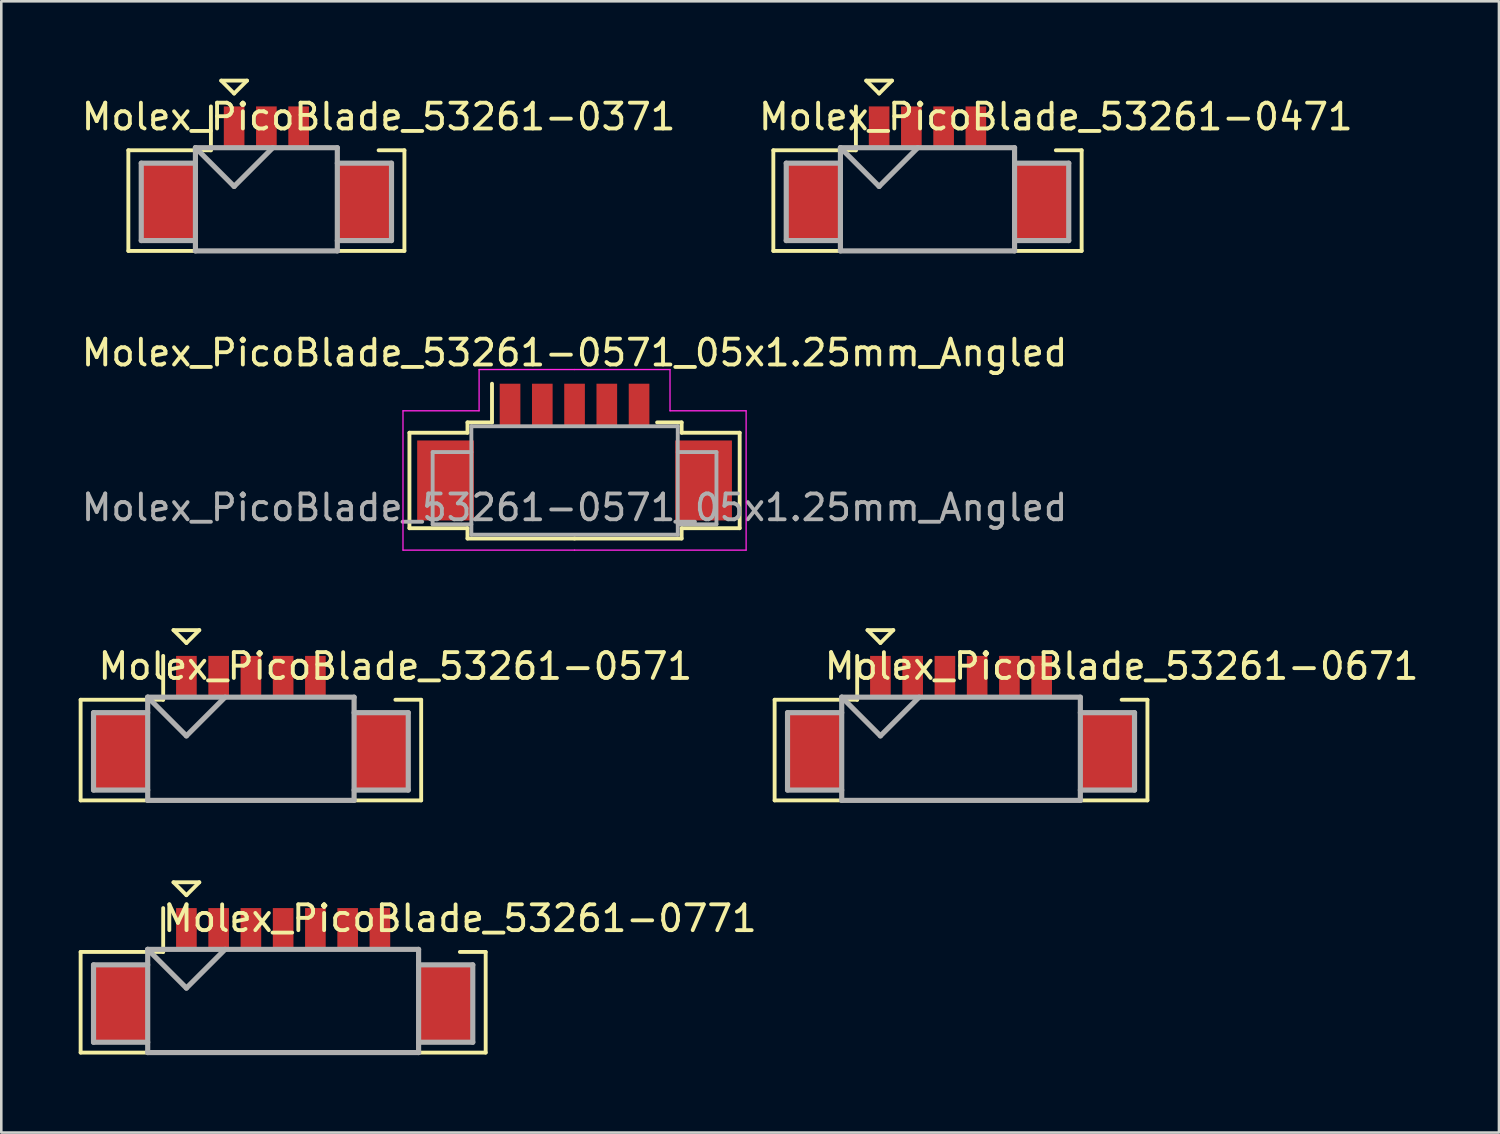
<source format=kicad_pcb>
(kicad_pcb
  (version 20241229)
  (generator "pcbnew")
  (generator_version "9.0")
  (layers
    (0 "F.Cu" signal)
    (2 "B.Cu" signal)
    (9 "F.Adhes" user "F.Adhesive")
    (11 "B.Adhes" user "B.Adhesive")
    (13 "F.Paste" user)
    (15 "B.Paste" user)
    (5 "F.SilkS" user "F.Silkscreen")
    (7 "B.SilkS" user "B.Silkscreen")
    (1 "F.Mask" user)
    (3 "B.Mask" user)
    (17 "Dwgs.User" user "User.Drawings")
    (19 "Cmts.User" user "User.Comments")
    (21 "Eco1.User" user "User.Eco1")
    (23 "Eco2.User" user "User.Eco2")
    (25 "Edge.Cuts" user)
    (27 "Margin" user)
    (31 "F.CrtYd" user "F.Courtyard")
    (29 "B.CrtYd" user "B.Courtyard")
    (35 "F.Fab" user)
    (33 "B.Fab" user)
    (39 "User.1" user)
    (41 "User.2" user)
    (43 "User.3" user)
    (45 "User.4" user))
  (footprint "Molex_PicoBlade_53261-0471"
    (layer "F.Cu")
    (at 32.9 4.775)
    (property "Reference" "Molex_PicoBlade_53261-0471" (at 4.975 -3.3 0) (layer "F.SilkS") (effects (font (size 1 1) (thickness 0.15))))
    (attr through_hole)
    (fp_line (start -5.975 -2) (end -5.975 1.9) (stroke (width 0.15) (type solid)) (layer "F.SilkS"))
    (fp_line (start -5.975 1.9) (end 5.975 1.9) (stroke (width 0.15) (type solid)) (layer "F.SilkS"))
    (fp_line (start -2.775 -3.7) (end -2.775 -2) (stroke (width 0.15) (type solid)) (layer "F.SilkS"))
    (fp_line (start -2.775 -2) (end -5.975 -2) (stroke (width 0.15) (type solid)) (layer "F.SilkS"))
    (fp_line (start -2.375 -4.7) (end -1.375 -4.7) (stroke (width 0.15) (type solid)) (layer "F.SilkS"))
    (fp_line (start -1.875 -4.2) (end -2.375 -4.7) (stroke (width 0.15) (type solid)) (layer "F.SilkS"))
    (fp_line (start -1.375 -4.7) (end -1.875 -4.2) (stroke (width 0.15) (type solid)) (layer "F.SilkS"))
    (fp_line (start 5.975 -2) (end 4.975 -2) (stroke (width 0.15) (type solid)) (layer "F.SilkS"))
    (fp_line (start 5.975 1.9) (end 5.975 -2) (stroke (width 0.15) (type solid)) (layer "F.SilkS"))
    (fp_line (start -5.475 -1.5) (end -5.475 1.5) (stroke (width 0.2) (type solid)) (layer "F.Fab"))
    (fp_line (start -5.475 1.5) (end -3.375 1.5) (stroke (width 0.2) (type solid)) (layer "F.Fab"))
    (fp_line (start -3.375 -2.1) (end -3.375 1.9) (stroke (width 0.2) (type solid)) (layer "F.Fab"))
    (fp_line (start -3.375 -2.1) (end -1.875 -0.6) (stroke (width 0.2) (type solid)) (layer "F.Fab"))
    (fp_line (start -3.375 -1.5) (end -5.475 -1.5) (stroke (width 0.2) (type solid)) (layer "F.Fab"))
    (fp_line (start -3.375 1.9) (end 3.375 1.9) (stroke (width 0.2) (type solid)) (layer "F.Fab"))
    (fp_line (start -1.875 -0.6) (end -0.375 -2.1) (stroke (width 0.2) (type solid)) (layer "F.Fab"))
    (fp_line (start 3.375 -2.1) (end -3.375 -2.1) (stroke (width 0.2) (type solid)) (layer "F.Fab"))
    (fp_line (start 3.375 -1.5) (end 5.475 -1.5) (stroke (width 0.2) (type solid)) (layer "F.Fab"))
    (fp_line (start 3.375 1.9) (end 3.375 -2.1) (stroke (width 0.2) (type solid)) (layer "F.Fab"))
    (fp_line (start 5.475 -1.5) (end 5.475 1.5) (stroke (width 0.2) (type solid)) (layer "F.Fab"))
    (fp_line (start 5.475 1.5) (end 3.375 1.5) (stroke (width 0.2) (type solid)) (layer "F.Fab"))
    (pad "" smd rect (at -4.425 0) (size 2.1 3) (layers "F.Cu" "F.Mask" "F.Paste"))
    (pad "" smd rect (at 4.425 0) (size 2.1 3) (layers "F.Cu" "F.Mask" "F.Paste"))
    (pad "1" smd rect (at -1.875 -2.9) (size 0.8 1.6) (layers "F.Cu" "F.Mask" "F.Paste"))
    (pad "2" smd rect (at -0.625 -2.9) (size 0.8 1.6) (layers "F.Cu" "F.Mask" "F.Paste"))
    (pad "3" smd rect (at 0.625 -2.9) (size 0.8 1.6) (layers "F.Cu" "F.Mask" "F.Paste"))
    (pad "4" smd rect (at 1.875 -2.9) (size 0.8 1.6) (layers "F.Cu" "F.Mask" "F.Paste")))
  (footprint "Molex_PicoBlade_53261-0771"
    (layer "F.Cu")
    (at 7.925 35.848)
    (property "Reference" "Molex_PicoBlade_53261-0771" (at 6.85 -3.3 0) (layer "F.SilkS") (effects (font (size 1 1) (thickness 0.15))))
    (attr through_hole)
    (fp_line (start -7.85 -2) (end -7.85 1.9) (stroke (width 0.15) (type solid)) (layer "F.SilkS"))
    (fp_line (start -7.85 1.9) (end 7.85 1.9) (stroke (width 0.15) (type solid)) (layer "F.SilkS"))
    (fp_line (start -4.65 -3.7) (end -4.65 -2) (stroke (width 0.15) (type solid)) (layer "F.SilkS"))
    (fp_line (start -4.65 -2) (end -7.85 -2) (stroke (width 0.15) (type solid)) (layer "F.SilkS"))
    (fp_line (start -4.25 -4.7) (end -3.25 -4.7) (stroke (width 0.15) (type solid)) (layer "F.SilkS"))
    (fp_line (start -3.75 -4.2) (end -4.25 -4.7) (stroke (width 0.15) (type solid)) (layer "F.SilkS"))
    (fp_line (start -3.25 -4.7) (end -3.75 -4.2) (stroke (width 0.15) (type solid)) (layer "F.SilkS"))
    (fp_line (start 7.85 -2) (end 6.85 -2) (stroke (width 0.15) (type solid)) (layer "F.SilkS"))
    (fp_line (start 7.85 1.9) (end 7.85 -2) (stroke (width 0.15) (type solid)) (layer "F.SilkS"))
    (fp_line (start -7.35 -1.5) (end -7.35 1.5) (stroke (width 0.2) (type solid)) (layer "F.Fab"))
    (fp_line (start -7.35 1.5) (end -5.25 1.5) (stroke (width 0.2) (type solid)) (layer "F.Fab"))
    (fp_line (start -5.25 -2.1) (end -5.25 1.9) (stroke (width 0.2) (type solid)) (layer "F.Fab"))
    (fp_line (start -5.25 -2.1) (end -3.75 -0.6) (stroke (width 0.2) (type solid)) (layer "F.Fab"))
    (fp_line (start -5.25 -1.5) (end -7.35 -1.5) (stroke (width 0.2) (type solid)) (layer "F.Fab"))
    (fp_line (start -5.25 1.9) (end 5.25 1.9) (stroke (width 0.2) (type solid)) (layer "F.Fab"))
    (fp_line (start -3.75 -0.6) (end -2.25 -2.1) (stroke (width 0.2) (type solid)) (layer "F.Fab"))
    (fp_line (start 5.25 -2.1) (end -5.25 -2.1) (stroke (width 0.2) (type solid)) (layer "F.Fab"))
    (fp_line (start 5.25 -1.5) (end 7.35 -1.5) (stroke (width 0.2) (type solid)) (layer "F.Fab"))
    (fp_line (start 5.25 1.9) (end 5.25 -2.1) (stroke (width 0.2) (type solid)) (layer "F.Fab"))
    (fp_line (start 7.35 -1.5) (end 7.35 1.5) (stroke (width 0.2) (type solid)) (layer "F.Fab"))
    (fp_line (start 7.35 1.5) (end 5.25 1.5) (stroke (width 0.2) (type solid)) (layer "F.Fab"))
    (pad "" smd rect (at -6.3 0) (size 2.1 3) (layers "F.Cu" "F.Mask" "F.Paste"))
    (pad "" smd rect (at 6.3 0) (size 2.1 3) (layers "F.Cu" "F.Mask" "F.Paste"))
    (pad "1" smd rect (at -3.75 -2.9) (size 0.8 1.6) (layers "F.Cu" "F.Mask" "F.Paste"))
    (pad "2" smd rect (at -2.5 -2.9) (size 0.8 1.6) (layers "F.Cu" "F.Mask" "F.Paste"))
    (pad "3" smd rect (at -1.25 -2.9) (size 0.8 1.6) (layers "F.Cu" "F.Mask" "F.Paste"))
    (pad "4" smd rect (at 0 -2.9) (size 0.8 1.6) (layers "F.Cu" "F.Mask" "F.Paste"))
    (pad "5" smd rect (at 1.25 -2.9) (size 0.8 1.6) (layers "F.Cu" "F.Mask" "F.Paste"))
    (pad "6" smd rect (at 2.5 -2.9) (size 0.8 1.6) (layers "F.Cu" "F.Mask" "F.Paste"))
    (pad "7" smd rect (at 3.75 -2.9) (size 0.8 1.6) (layers "F.Cu" "F.Mask" "F.Paste")))
  (footprint "Molex_PicoBlade_53261-0571_05x1.25mm_Angled"
    (layer "F.Cu")
    (at 19.22 14.123)
    (property "Reference" "Molex_PicoBlade_53261-0571_05x1.25mm_Angled" (at 0 -3.5 0) (layer "F.SilkS") (effects (font (size 1 1) (thickness 0.15))))
    (attr smd)
    (fp_line (start -6.4 -0.4) (end -6.4 3.3) (stroke (width 0.15) (type solid)) (layer "F.SilkS"))
    (fp_line (start -6.4 3.3) (end -4.15 3.3) (stroke (width 0.15) (type solid)) (layer "F.SilkS"))
    (fp_line (start -4.15 -0.8) (end -4.15 -0.4) (stroke (width 0.15) (type solid)) (layer "F.SilkS"))
    (fp_line (start -4.15 -0.4) (end -6.4 -0.4) (stroke (width 0.15) (type solid)) (layer "F.SilkS"))
    (fp_line (start -4.15 3.3) (end -4.15 3.7) (stroke (width 0.15) (type solid)) (layer "F.SilkS"))
    (fp_line (start -4.15 3.7) (end 0 3.7) (stroke (width 0.15) (type solid)) (layer "F.SilkS"))
    (fp_line (start -3.2 -0.8) (end -4.15 -0.8) (stroke (width 0.15) (type solid)) (layer "F.SilkS"))
    (fp_line (start -3.2 -0.8) (end -3.2 -2.3) (stroke (width 0.15) (type solid)) (layer "F.SilkS"))
    (fp_line (start 3.2 -0.8) (end 4.15 -0.8) (stroke (width 0.15) (type solid)) (layer "F.SilkS"))
    (fp_line (start 4.15 -0.8) (end 4.15 -0.4) (stroke (width 0.15) (type solid)) (layer "F.SilkS"))
    (fp_line (start 4.15 -0.4) (end 6.4 -0.4) (stroke (width 0.15) (type solid)) (layer "F.SilkS"))
    (fp_line (start 4.15 3.3) (end 4.15 3.7) (stroke (width 0.15) (type solid)) (layer "F.SilkS"))
    (fp_line (start 4.15 3.7) (end 0 3.7) (stroke (width 0.15) (type solid)) (layer "F.SilkS"))
    (fp_line (start 6.4 -0.4) (end 6.4 3.3) (stroke (width 0.15) (type solid)) (layer "F.SilkS"))
    (fp_line (start 6.4 3.3) (end 4.15 3.3) (stroke (width 0.15) (type solid)) (layer "F.SilkS"))
    (fp_line (start -6.65 -1.25) (end -6.65 4.15) (stroke (width 0.05) (type solid)) (layer "F.CrtYd"))
    (fp_line (start -6.65 4.15) (end 0 4.15) (stroke (width 0.05) (type solid)) (layer "F.CrtYd"))
    (fp_line (start -3.7 -2.85) (end -3.7 -1.25) (stroke (width 0.05) (type solid)) (layer "F.CrtYd"))
    (fp_line (start -3.7 -1.25) (end -6.65 -1.25) (stroke (width 0.05) (type solid)) (layer "F.CrtYd"))
    (fp_line (start 0 -2.85) (end -3.7 -2.85) (stroke (width 0.05) (type solid)) (layer "F.CrtYd"))
    (fp_line (start 0 -2.85) (end 3.7 -2.85) (stroke (width 0.05) (type solid)) (layer "F.CrtYd"))
    (fp_line (start 3.7 -2.85) (end 3.7 -1.25) (stroke (width 0.05) (type solid)) (layer "F.CrtYd"))
    (fp_line (start 3.7 -1.25) (end 6.65 -1.25) (stroke (width 0.05) (type solid)) (layer "F.CrtYd"))
    (fp_line (start 6.65 -1.25) (end 6.65 4.15) (stroke (width 0.05) (type solid)) (layer "F.CrtYd"))
    (fp_line (start 6.65 4.15) (end 0 4.15) (stroke (width 0.05) (type solid)) (layer "F.CrtYd"))
    (fp_line (start -5.5 0.35) (end -5.5 3.15) (stroke (width 0.15) (type solid)) (layer "F.Fab"))
    (fp_line (start -5.5 3.15) (end -4 3.15) (stroke (width 0.15) (type solid)) (layer "F.Fab"))
    (fp_line (start -4 -0.65) (end 4 -0.65) (stroke (width 0.15) (type solid)) (layer "F.Fab"))
    (fp_line (start -4 0.35) (end -5.5 0.35) (stroke (width 0.15) (type solid)) (layer "F.Fab"))
    (fp_line (start -4 3.55) (end -4 -0.65) (stroke (width 0.15) (type solid)) (layer "F.Fab"))
    (fp_line (start 4 -0.65) (end 4 3.55) (stroke (width 0.15) (type solid)) (layer "F.Fab"))
    (fp_line (start 4 0.35) (end 5.5 0.35) (stroke (width 0.15) (type solid)) (layer "F.Fab"))
    (fp_line (start 4 3.55) (end -4 3.55) (stroke (width 0.15) (type solid)) (layer "F.Fab"))
    (fp_line (start 5.5 0.35) (end 5.5 3.15) (stroke (width 0.15) (type solid)) (layer "F.Fab"))
    (fp_line (start 5.5 3.15) (end 4 3.15) (stroke (width 0.15) (type solid)) (layer "F.Fab"))
    (fp_text user "${REFERENCE}" (at 0 2.5 0) (layer "F.Fab") (effects (font (size 1 1) (thickness 0.15))))
    (pad "" smd rect (at -5 1.45) (size 2.2 3.1) (layers "F.Cu" "F.Mask" "F.Paste"))
    (pad "" smd rect (at 5 1.45) (size 2.2 3.1) (layers "F.Cu" "F.Mask" "F.Paste"))
    (pad "1" smd rect (at -2.5 -1.45) (size 0.8 1.7) (layers "F.Cu" "F.Mask" "F.Paste"))
    (pad "2" smd rect (at -1.25 -1.45) (size 0.8 1.7) (layers "F.Cu" "F.Mask" "F.Paste"))
    (pad "3" smd rect (at 0 -1.45) (size 0.8 1.7) (layers "F.Cu" "F.Mask" "F.Paste"))
    (pad "4" smd rect (at 1.25 -1.45) (size 0.8 1.7) (layers "F.Cu" "F.Mask" "F.Paste"))
    (pad "5" smd rect (at 2.5 -1.45) (size 0.8 1.7) (layers "F.Cu" "F.Mask" "F.Paste")))
  (footprint "Molex_PicoBlade_53261-0371"
    (layer "F.Cu")
    (at 7.275 4.775)
    (property "Reference" "Molex_PicoBlade_53261-0371" (at 4.35 -3.3 0) (layer "F.SilkS") (effects (font (size 1 1) (thickness 0.15))))
    (attr through_hole)
    (fp_line (start -5.35 -2) (end -5.35 1.9) (stroke (width 0.15) (type solid)) (layer "F.SilkS"))
    (fp_line (start -5.35 1.9) (end 5.35 1.9) (stroke (width 0.15) (type solid)) (layer "F.SilkS"))
    (fp_line (start -2.15 -3.7) (end -2.15 -2) (stroke (width 0.15) (type solid)) (layer "F.SilkS"))
    (fp_line (start -2.15 -2) (end -5.35 -2) (stroke (width 0.15) (type solid)) (layer "F.SilkS"))
    (fp_line (start -1.75 -4.7) (end -0.75 -4.7) (stroke (width 0.15) (type solid)) (layer "F.SilkS"))
    (fp_line (start -1.25 -4.2) (end -1.75 -4.7) (stroke (width 0.15) (type solid)) (layer "F.SilkS"))
    (fp_line (start -0.75 -4.7) (end -1.25 -4.2) (stroke (width 0.15) (type solid)) (layer "F.SilkS"))
    (fp_line (start 5.35 -2) (end 4.35 -2) (stroke (width 0.15) (type solid)) (layer "F.SilkS"))
    (fp_line (start 5.35 1.9) (end 5.35 -2) (stroke (width 0.15) (type solid)) (layer "F.SilkS"))
    (fp_line (start -4.85 -1.5) (end -4.85 1.5) (stroke (width 0.2) (type solid)) (layer "F.Fab"))
    (fp_line (start -4.85 1.5) (end -2.75 1.5) (stroke (width 0.2) (type solid)) (layer "F.Fab"))
    (fp_line (start -2.75 -2.1) (end -2.75 1.9) (stroke (width 0.2) (type solid)) (layer "F.Fab"))
    (fp_line (start -2.75 -2.1) (end -1.25 -0.6) (stroke (width 0.2) (type solid)) (layer "F.Fab"))
    (fp_line (start -2.75 -1.5) (end -4.85 -1.5) (stroke (width 0.2) (type solid)) (layer "F.Fab"))
    (fp_line (start -2.75 1.9) (end 2.75 1.9) (stroke (width 0.2) (type solid)) (layer "F.Fab"))
    (fp_line (start -1.25 -0.6) (end 0.25 -2.1) (stroke (width 0.2) (type solid)) (layer "F.Fab"))
    (fp_line (start 2.75 -2.1) (end -2.75 -2.1) (stroke (width 0.2) (type solid)) (layer "F.Fab"))
    (fp_line (start 2.75 -1.5) (end 4.85 -1.5) (stroke (width 0.2) (type solid)) (layer "F.Fab"))
    (fp_line (start 2.75 1.9) (end 2.75 -2.1) (stroke (width 0.2) (type solid)) (layer "F.Fab"))
    (fp_line (start 4.85 -1.5) (end 4.85 1.5) (stroke (width 0.2) (type solid)) (layer "F.Fab"))
    (fp_line (start 4.85 1.5) (end 2.75 1.5) (stroke (width 0.2) (type solid)) (layer "F.Fab"))
    (pad "" smd rect (at -3.8 0) (size 2.1 3) (layers "F.Cu" "F.Mask" "F.Paste"))
    (pad "" smd rect (at 3.8 0) (size 2.1 3) (layers "F.Cu" "F.Mask" "F.Paste"))
    (pad "1" smd rect (at -1.25 -2.9) (size 0.8 1.6) (layers "F.Cu" "F.Mask" "F.Paste"))
    (pad "2" smd rect (at 0 -2.9) (size 0.8 1.6) (layers "F.Cu" "F.Mask" "F.Paste"))
    (pad "3" smd rect (at 1.25 -2.9) (size 0.8 1.6) (layers "F.Cu" "F.Mask" "F.Paste")))
  (footprint "Molex_PicoBlade_53261-0571"
    (layer "F.Cu")
    (at 6.675 26.073)
    (property "Reference" "Molex_PicoBlade_53261-0571" (at 5.6 -3.3 0) (layer "F.SilkS") (effects (font (size 1 1) (thickness 0.15))))
    (attr through_hole)
    (fp_line (start -6.6 -2) (end -6.6 1.9) (stroke (width 0.15) (type solid)) (layer "F.SilkS"))
    (fp_line (start -6.6 1.9) (end 6.6 1.9) (stroke (width 0.15) (type solid)) (layer "F.SilkS"))
    (fp_line (start -3.4 -3.7) (end -3.4 -2) (stroke (width 0.15) (type solid)) (layer "F.SilkS"))
    (fp_line (start -3.4 -2) (end -6.6 -2) (stroke (width 0.15) (type solid)) (layer "F.SilkS"))
    (fp_line (start -3 -4.7) (end -2 -4.7) (stroke (width 0.15) (type solid)) (layer "F.SilkS"))
    (fp_line (start -2.5 -4.2) (end -3 -4.7) (stroke (width 0.15) (type solid)) (layer "F.SilkS"))
    (fp_line (start -2 -4.7) (end -2.5 -4.2) (stroke (width 0.15) (type solid)) (layer "F.SilkS"))
    (fp_line (start 6.6 -2) (end 5.6 -2) (stroke (width 0.15) (type solid)) (layer "F.SilkS"))
    (fp_line (start 6.6 1.9) (end 6.6 -2) (stroke (width 0.15) (type solid)) (layer "F.SilkS"))
    (fp_line (start -6.1 -1.5) (end -6.1 1.5) (stroke (width 0.2) (type solid)) (layer "F.Fab"))
    (fp_line (start -6.1 1.5) (end -4 1.5) (stroke (width 0.2) (type solid)) (layer "F.Fab"))
    (fp_line (start -4 -2.1) (end -4 1.9) (stroke (width 0.2) (type solid)) (layer "F.Fab"))
    (fp_line (start -4 -2.1) (end -2.5 -0.6) (stroke (width 0.2) (type solid)) (layer "F.Fab"))
    (fp_line (start -4 -1.5) (end -6.1 -1.5) (stroke (width 0.2) (type solid)) (layer "F.Fab"))
    (fp_line (start -4 1.9) (end 4 1.9) (stroke (width 0.2) (type solid)) (layer "F.Fab"))
    (fp_line (start -2.5 -0.6) (end -1 -2.1) (stroke (width 0.2) (type solid)) (layer "F.Fab"))
    (fp_line (start 4 -2.1) (end -4 -2.1) (stroke (width 0.2) (type solid)) (layer "F.Fab"))
    (fp_line (start 4 -1.5) (end 6.1 -1.5) (stroke (width 0.2) (type solid)) (layer "F.Fab"))
    (fp_line (start 4 1.9) (end 4 -2.1) (stroke (width 0.2) (type solid)) (layer "F.Fab"))
    (fp_line (start 6.1 -1.5) (end 6.1 1.5) (stroke (width 0.2) (type solid)) (layer "F.Fab"))
    (fp_line (start 6.1 1.5) (end 4 1.5) (stroke (width 0.2) (type solid)) (layer "F.Fab"))
    (pad "" smd rect (at -5.05 0) (size 2.1 3) (layers "F.Cu" "F.Mask" "F.Paste"))
    (pad "" smd rect (at 5.05 0) (size 2.1 3) (layers "F.Cu" "F.Mask" "F.Paste"))
    (pad "1" smd rect (at -2.5 -2.9) (size 0.8 1.6) (layers "F.Cu" "F.Mask" "F.Paste"))
    (pad "2" smd rect (at -1.25 -2.9) (size 0.8 1.6) (layers "F.Cu" "F.Mask" "F.Paste"))
    (pad "3" smd rect (at 0 -2.9) (size 0.8 1.6) (layers "F.Cu" "F.Mask" "F.Paste"))
    (pad "4" smd rect (at 1.25 -2.9) (size 0.8 1.6) (layers "F.Cu" "F.Mask" "F.Paste"))
    (pad "5" smd rect (at 2.5 -2.9) (size 0.8 1.6) (layers "F.Cu" "F.Mask" "F.Paste")))
  (footprint "Molex_PicoBlade_53261-0671"
    (layer "F.Cu")
    (at 34.2 26.073)
    (property "Reference" "Molex_PicoBlade_53261-0671" (at 6.225 -3.3 0) (layer "F.SilkS") (effects (font (size 1 1) (thickness 0.15))))
    (attr through_hole)
    (fp_line (start -7.225 -2) (end -7.225 1.9) (stroke (width 0.15) (type solid)) (layer "F.SilkS"))
    (fp_line (start -7.225 1.9) (end 7.225 1.9) (stroke (width 0.15) (type solid)) (layer "F.SilkS"))
    (fp_line (start -4.025 -3.7) (end -4.025 -2) (stroke (width 0.15) (type solid)) (layer "F.SilkS"))
    (fp_line (start -4.025 -2) (end -7.225 -2) (stroke (width 0.15) (type solid)) (layer "F.SilkS"))
    (fp_line (start -3.625 -4.7) (end -2.625 -4.7) (stroke (width 0.15) (type solid)) (layer "F.SilkS"))
    (fp_line (start -3.125 -4.2) (end -3.625 -4.7) (stroke (width 0.15) (type solid)) (layer "F.SilkS"))
    (fp_line (start -2.625 -4.7) (end -3.125 -4.2) (stroke (width 0.15) (type solid)) (layer "F.SilkS"))
    (fp_line (start 7.225 -2) (end 6.225 -2) (stroke (width 0.15) (type solid)) (layer "F.SilkS"))
    (fp_line (start 7.225 1.9) (end 7.225 -2) (stroke (width 0.15) (type solid)) (layer "F.SilkS"))
    (fp_line (start -6.725 -1.5) (end -6.725 1.5) (stroke (width 0.2) (type solid)) (layer "F.Fab"))
    (fp_line (start -6.725 1.5) (end -4.625 1.5) (stroke (width 0.2) (type solid)) (layer "F.Fab"))
    (fp_line (start -4.625 -2.1) (end -4.625 1.9) (stroke (width 0.2) (type solid)) (layer "F.Fab"))
    (fp_line (start -4.625 -2.1) (end -3.125 -0.6) (stroke (width 0.2) (type solid)) (layer "F.Fab"))
    (fp_line (start -4.625 -1.5) (end -6.725 -1.5) (stroke (width 0.2) (type solid)) (layer "F.Fab"))
    (fp_line (start -4.625 1.9) (end 4.625 1.9) (stroke (width 0.2) (type solid)) (layer "F.Fab"))
    (fp_line (start -3.125 -0.6) (end -1.625 -2.1) (stroke (width 0.2) (type solid)) (layer "F.Fab"))
    (fp_line (start 4.625 -2.1) (end -4.625 -2.1) (stroke (width 0.2) (type solid)) (layer "F.Fab"))
    (fp_line (start 4.625 -1.5) (end 6.725 -1.5) (stroke (width 0.2) (type solid)) (layer "F.Fab"))
    (fp_line (start 4.625 1.9) (end 4.625 -2.1) (stroke (width 0.2) (type solid)) (layer "F.Fab"))
    (fp_line (start 6.725 -1.5) (end 6.725 1.5) (stroke (width 0.2) (type solid)) (layer "F.Fab"))
    (fp_line (start 6.725 1.5) (end 4.625 1.5) (stroke (width 0.2) (type solid)) (layer "F.Fab"))
    (pad "" smd rect (at -5.675 0) (size 2.1 3) (layers "F.Cu" "F.Mask" "F.Paste"))
    (pad "" smd rect (at 5.675 0) (size 2.1 3) (layers "F.Cu" "F.Mask" "F.Paste"))
    (pad "1" smd rect (at -3.125 -2.9) (size 0.8 1.6) (layers "F.Cu" "F.Mask" "F.Paste"))
    (pad "2" smd rect (at -1.875 -2.9) (size 0.8 1.6) (layers "F.Cu" "F.Mask" "F.Paste"))
    (pad "3" smd rect (at -0.625 -2.9) (size 0.8 1.6) (layers "F.Cu" "F.Mask" "F.Paste"))
    (pad "4" smd rect (at 0.625 -2.9) (size 0.8 1.6) (layers "F.Cu" "F.Mask" "F.Paste"))
    (pad "5" smd rect (at 1.875 -2.9) (size 0.8 1.6) (layers "F.Cu" "F.Mask" "F.Paste"))
    (pad "6" smd rect (at 3.125 -2.9) (size 0.8 1.6) (layers "F.Cu" "F.Mask" "F.Paste")))
  (gr_rect
    (start -3 -3)
    (end 55.05 40.848)
    (stroke (width 0.1) (type default))
    (fill no)
    (layer "Edge.Cuts")))
</source>
